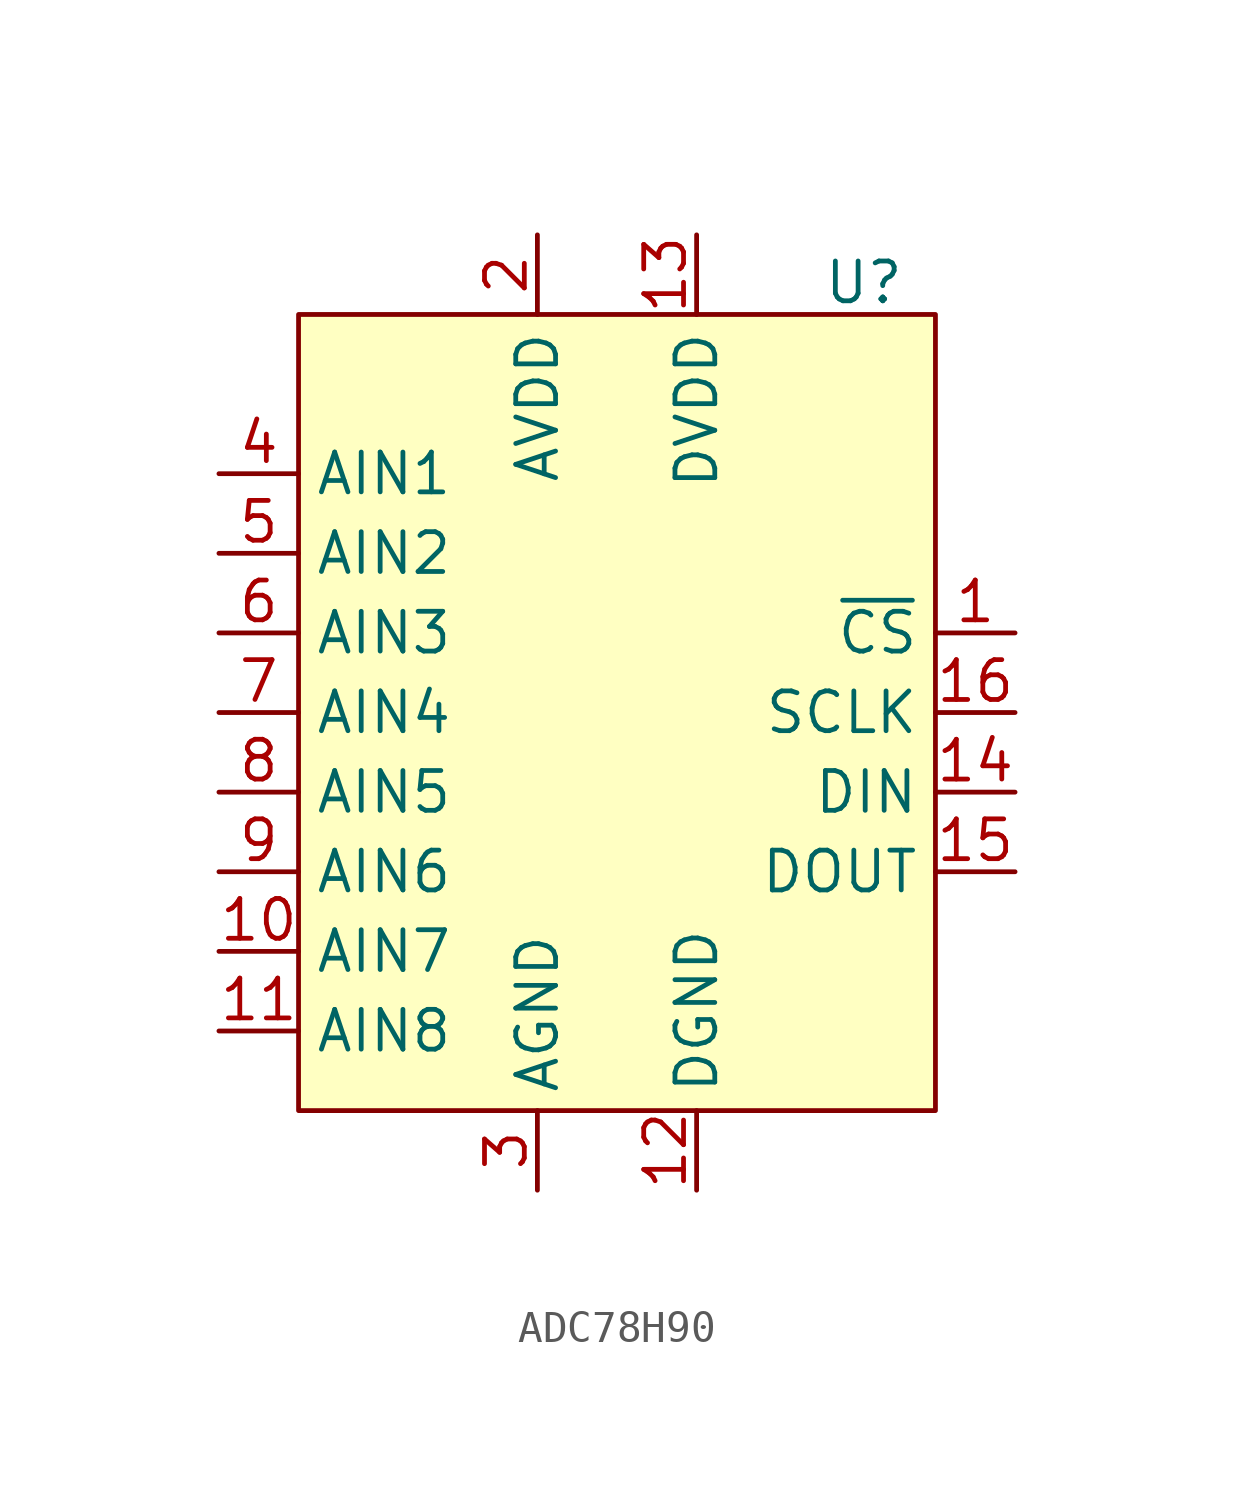
<source format=kicad_sym>
(kicad_symbol_lib
  (version 20231120)
  (generator "kicad_symbol_editor")
  (generator_version "8.0")
  (symbol "ADC78H90"
    (property "Reference" "U"
      (at 7.874 13.716 0)
      (effects (font (size 1.27 1.27))))
    (property "Value" ""
      (at 0 0 0)
      (effects (font (size 1.27 1.27))))
    (symbol "ADC78H90_1_1"
      (polyline (pts (xy -10.16 -12.7) (xy -10.16 12.7) (xy 10.16 12.7) (xy 10.16 -12.7) (xy -10.16 -12.7)) (stroke (width 0) (type default)) (fill (type background)))
      (pin input line (at 12.7 2.54 180) (length 2.54) (name "~{CS}" (effects (font (size 1.27 1.27)))) (number "1" (effects (font (size 1.27 1.27)))))
      (pin input line (at -12.7 -7.62 0) (length 2.54) (name "AIN7" (effects (font (size 1.27 1.27)))) (number "10" (effects (font (size 1.27 1.27)))))
      (pin input line (at -12.7 -10.16 0) (length 2.54) (name "AIN8" (effects (font (size 1.27 1.27)))) (number "11" (effects (font (size 1.27 1.27)))))
      (pin power_in line (at 2.54 -15.24 90) (length 2.54) (name "DGND" (effects (font (size 1.27 1.27)))) (number "12" (effects (font (size 1.27 1.27)))))
      (pin power_in line (at 2.54 15.24 270) (length 2.54) (name "DVDD" (effects (font (size 1.27 1.27)))) (number "13" (effects (font (size 1.27 1.27)))))
      (pin input line (at 12.7 -2.54 180) (length 2.54) (name "DIN" (effects (font (size 1.27 1.27)))) (number "14" (effects (font (size 1.27 1.27)))))
      (pin output line (at 12.7 -5.08 180) (length 2.54) (name "DOUT" (effects (font (size 1.27 1.27)))) (number "15" (effects (font (size 1.27 1.27)))))
      (pin input line (at 12.7 0 180) (length 2.54) (name "SCLK" (effects (font (size 1.27 1.27)))) (number "16" (effects (font (size 1.27 1.27)))))
      (pin power_in line (at -2.54 15.24 270) (length 2.54) (name "AVDD" (effects (font (size 1.27 1.27)))) (number "2" (effects (font (size 1.27 1.27)))))
      (pin power_in line (at -2.54 -15.24 90) (length 2.54) (name "AGND" (effects (font (size 1.27 1.27)))) (number "3" (effects (font (size 1.27 1.27)))))
      (pin input line (at -12.7 7.62 0) (length 2.54) (name "AIN1" (effects (font (size 1.27 1.27)))) (number "4" (effects (font (size 1.27 1.27)))))
      (pin input line (at -12.7 5.08 0) (length 2.54) (name "AIN2" (effects (font (size 1.27 1.27)))) (number "5" (effects (font (size 1.27 1.27)))))
      (pin input line (at -12.7 2.54 0) (length 2.54) (name "AIN3" (effects (font (size 1.27 1.27)))) (number "6" (effects (font (size 1.27 1.27)))))
      (pin input line (at -12.7 0 0) (length 2.54) (name "AIN4" (effects (font (size 1.27 1.27)))) (number "7" (effects (font (size 1.27 1.27)))))
      (pin input line (at -12.7 -2.54 0) (length 2.54) (name "AIN5" (effects (font (size 1.27 1.27)))) (number "8" (effects (font (size 1.27 1.27)))))
      (pin input line (at -12.7 -5.08 0) (length 2.54) (name "AIN6" (effects (font (size 1.27 1.27)))) (number "9" (effects (font (size 1.27 1.27))))))))
</source>
